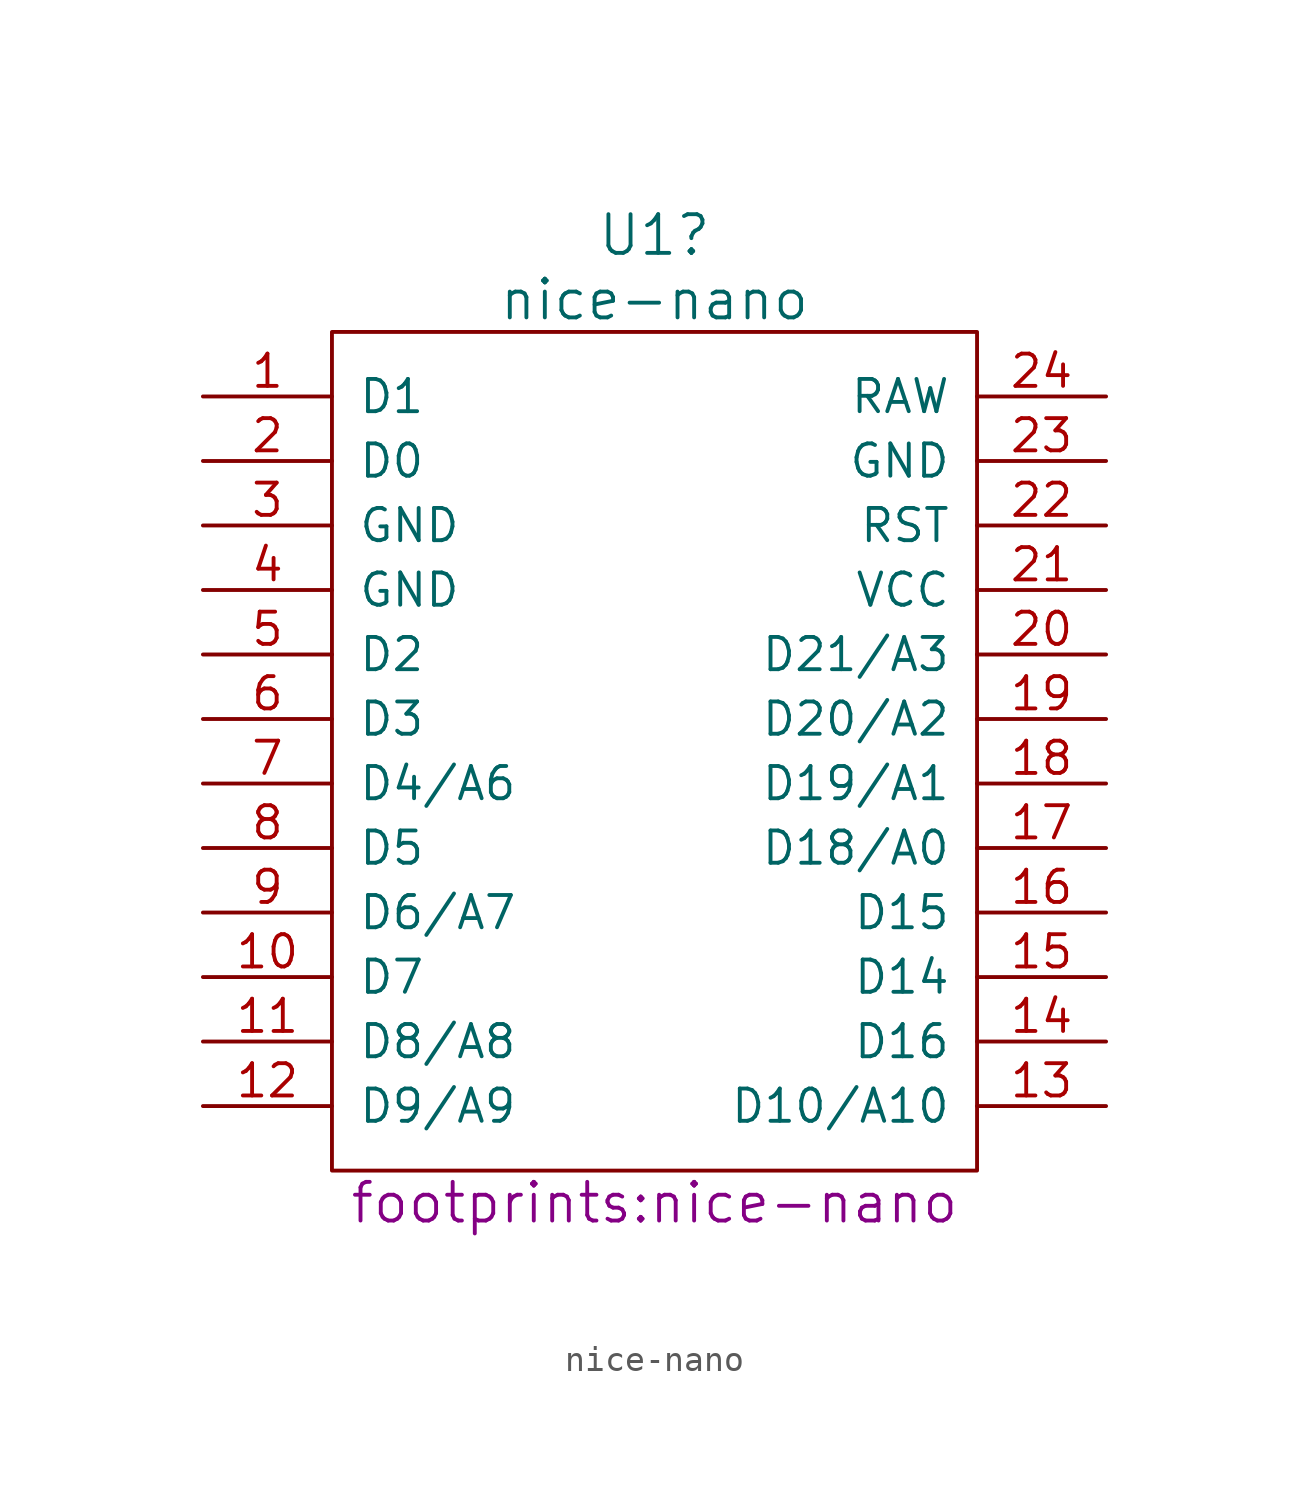
<source format=kicad_sym>
(kicad_symbol_lib
  (version 20211014)
  (generator kicad_symbol_editor)
  (symbol "nice-nano"
    (pin_names
      (offset 1.016))
    (property "Reference" "U1"
      (at 0 25.4 0)
      (effects (font (size 1.524 1.524))))
    (property "Value" "nice-nano"
      (at 0 22.86 0)
      (effects (font (size 1.524 1.524))))
    (property "Footprint" "footprints:nice-nano"
      (at 0 -12.7 0)
      (effects (font (size 1.524 1.524))))
    (symbol "nice-nano_0_1"
      (rectangle (start -12.7 21.59) (end 12.7 -11.43) (stroke (width 0) (type default) (color 0 0 0 0)) (fill (type none))))
    (symbol "nice-nano_1_1"
      (pin bidirectional line (at -17.78 19.05 0) (length 5.08) (name "D1" (effects (font (size 1.27 1.27)))) (number "1" (effects (font (size 1.27 1.27)))))
      (pin bidirectional line (at -17.78 -3.81 0) (length 5.08) (name "D7" (effects (font (size 1.27 1.27)))) (number "10" (effects (font (size 1.27 1.27)))))
      (pin bidirectional line (at -17.78 -6.35 0) (length 5.08) (name "D8/A8" (effects (font (size 1.27 1.27)))) (number "11" (effects (font (size 1.27 1.27)))))
      (pin bidirectional line (at -17.78 -8.89 0) (length 5.08) (name "D9/A9" (effects (font (size 1.27 1.27)))) (number "12" (effects (font (size 1.27 1.27)))))
      (pin bidirectional line (at 17.78 -8.89 180) (length 5.08) (name "D10/A10" (effects (font (size 1.27 1.27)))) (number "13" (effects (font (size 1.27 1.27)))))
      (pin bidirectional line (at 17.78 -6.35 180) (length 5.08) (name "D16" (effects (font (size 1.27 1.27)))) (number "14" (effects (font (size 1.27 1.27)))))
      (pin bidirectional line (at 17.78 -3.81 180) (length 5.08) (name "D14" (effects (font (size 1.27 1.27)))) (number "15" (effects (font (size 1.27 1.27)))))
      (pin bidirectional line (at 17.78 -1.27 180) (length 5.08) (name "D15" (effects (font (size 1.27 1.27)))) (number "16" (effects (font (size 1.27 1.27)))))
      (pin bidirectional line (at 17.78 1.27 180) (length 5.08) (name "D18/A0" (effects (font (size 1.27 1.27)))) (number "17" (effects (font (size 1.27 1.27)))))
      (pin bidirectional line (at 17.78 3.81 180) (length 5.08) (name "D19/A1" (effects (font (size 1.27 1.27)))) (number "18" (effects (font (size 1.27 1.27)))))
      (pin bidirectional line (at 17.78 6.35 180) (length 5.08) (name "D20/A2" (effects (font (size 1.27 1.27)))) (number "19" (effects (font (size 1.27 1.27)))))
      (pin bidirectional line (at -17.78 16.51 0) (length 5.08) (name "D0" (effects (font (size 1.27 1.27)))) (number "2" (effects (font (size 1.27 1.27)))))
      (pin bidirectional line (at 17.78 8.89 180) (length 5.08) (name "D21/A3" (effects (font (size 1.27 1.27)))) (number "20" (effects (font (size 1.27 1.27)))))
      (pin power_in line (at 17.78 11.43 180) (length 5.08) (name "VCC" (effects (font (size 1.27 1.27)))) (number "21" (effects (font (size 1.27 1.27)))))
      (pin input line (at 17.78 13.97 180) (length 5.08) (name "RST" (effects (font (size 1.27 1.27)))) (number "22" (effects (font (size 1.27 1.27)))))
      (pin power_in line (at 17.78 16.51 180) (length 5.08) (name "GND" (effects (font (size 1.27 1.27)))) (number "23" (effects (font (size 1.27 1.27)))))
      (pin power_out line (at 17.78 19.05 180) (length 5.08) (name "RAW" (effects (font (size 1.27 1.27)))) (number "24" (effects (font (size 1.27 1.27)))))
      (pin power_in line (at -17.78 13.97 0) (length 5.08) (name "GND" (effects (font (size 1.27 1.27)))) (number "3" (effects (font (size 1.27 1.27)))))
      (pin power_in line (at -17.78 11.43 0) (length 5.08) (name "GND" (effects (font (size 1.27 1.27)))) (number "4" (effects (font (size 1.27 1.27)))))
      (pin bidirectional line (at -17.78 8.89 0) (length 5.08) (name "D2" (effects (font (size 1.27 1.27)))) (number "5" (effects (font (size 1.27 1.27)))))
      (pin bidirectional line (at -17.78 6.35 0) (length 5.08) (name "D3" (effects (font (size 1.27 1.27)))) (number "6" (effects (font (size 1.27 1.27)))))
      (pin bidirectional line (at -17.78 3.81 0) (length 5.08) (name "D4/A6" (effects (font (size 1.27 1.27)))) (number "7" (effects (font (size 1.27 1.27)))))
      (pin bidirectional line (at -17.78 1.27 0) (length 5.08) (name "D5" (effects (font (size 1.27 1.27)))) (number "8" (effects (font (size 1.27 1.27)))))
      (pin bidirectional line (at -17.78 -1.27 0) (length 5.08) (name "D6/A7" (effects (font (size 1.27 1.27)))) (number "9" (effects (font (size 1.27 1.27))))))))
</source>
